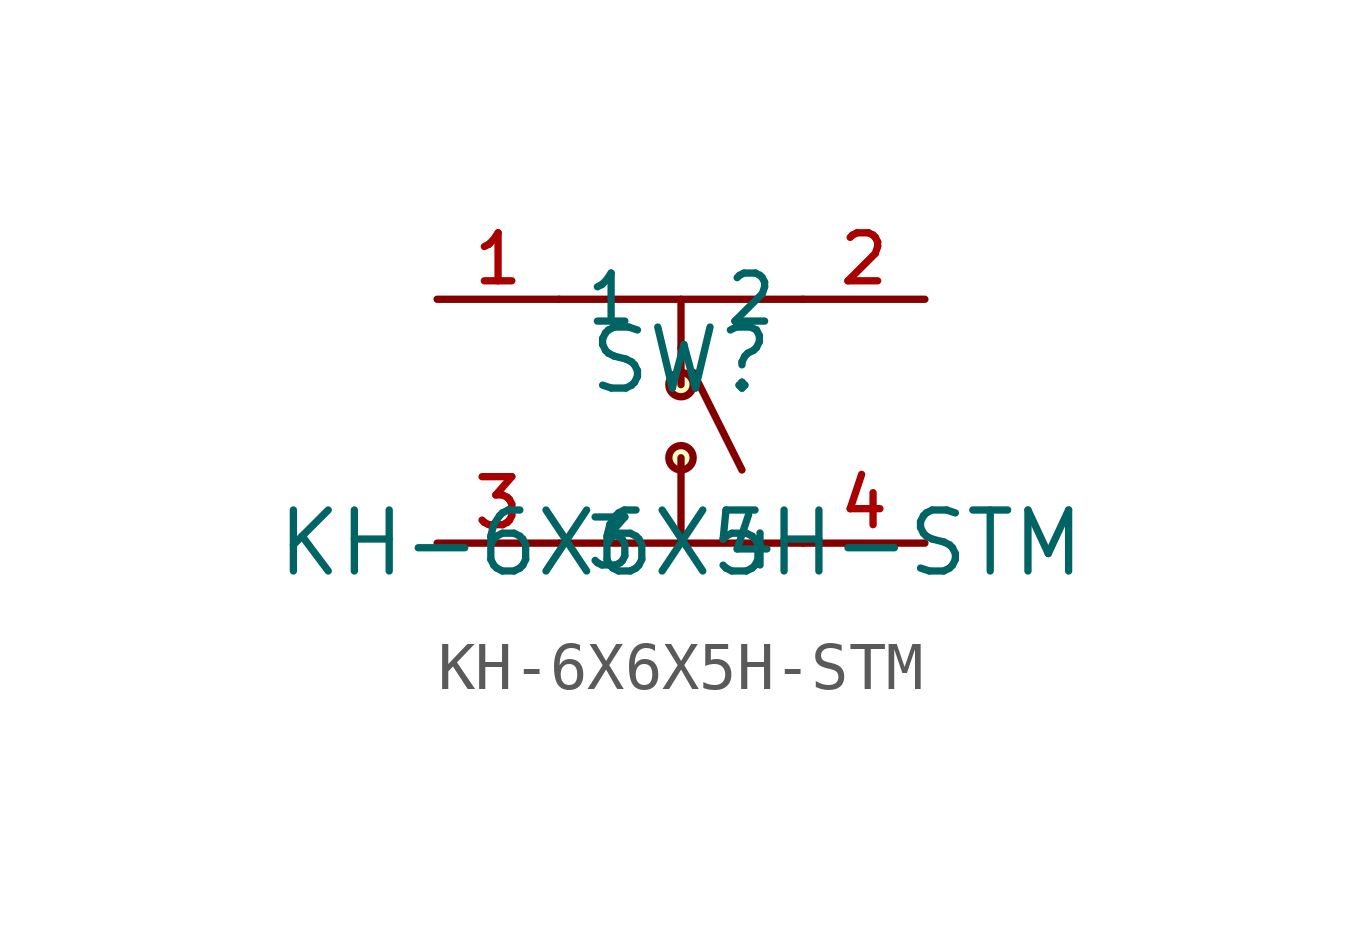
<source format=kicad_sym>
(kicad_symbol_lib
  (version 20210201)
  (generator TousstNicolas/JLC2KiCad_lib)
  (symbol "KH-6X6X5H-STM"
    (property "Reference" "SW"
      (at 0 1.27 0)
      (effects (font (size 1.27 1.27))))
    (property "Value" "KH-6X6X5H-STM"
      (at 0 -2.54 0)
      (effects (font (size 1.27 1.27))))
    (symbol "KH-6X6X5H-STM_0_1"
      (circle (center 0.0 0.762) (radius 0.254) (stroke (width 0) (type default) (color 0 0 0 0)) (fill (type background)))
      (circle (center 0.0 -0.762) (radius 0.254) (stroke (width 0) (type default) (color 0 0 0 0)) (fill (type background)))
      (pin unspecified line (at 5.08 -2.54 180) (length 2.54) (name "4" (effects (font (size 1 1)))) (number "4" (effects (font (size 1 1)))))
      (pin unspecified line (at -5.08 -2.54 0) (length 2.54) (name "3" (effects (font (size 1 1)))) (number "3" (effects (font (size 1 1)))))
      (pin unspecified line (at 5.08 2.54 180) (length 2.54) (name "2" (effects (font (size 1 1)))) (number "2" (effects (font (size 1 1)))))
      (pin unspecified line (at -5.08 2.54 0) (length 2.54) (name "1" (effects (font (size 1 1)))) (number "1" (effects (font (size 1 1)))))
      (polyline (pts (xy 0.0 1.524) (xy 0.0 0.762)) (stroke (width 0) (type default) (color 0 0 0 0)) (fill (type none)))
      (polyline (pts (xy 0.0 -2.54) (xy 0.0 -0.762)) (stroke (width 0) (type default) (color 0 0 0 0)) (fill (type none)))
      (polyline (pts (xy 0.0 2.54) (xy 0.0 1.524)) (stroke (width 0) (type default) (color 0 0 0 0)) (fill (type none)))
      (polyline (pts (xy -2.54 -2.54) (xy 2.54 -2.54)) (stroke (width 0) (type default) (color 0 0 0 0)) (fill (type none)))
      (polyline (pts (xy -2.54 2.54) (xy 2.54 2.54)) (stroke (width 0) (type default) (color 0 0 0 0)) (fill (type none)))
      (polyline (pts (xy 0.254 1.016) (xy 1.27 -1.016) (xy 1.27 -1.016)) (stroke (width 0) (type default) (color 0 0 0 0)) (fill (type none))))))
</source>
